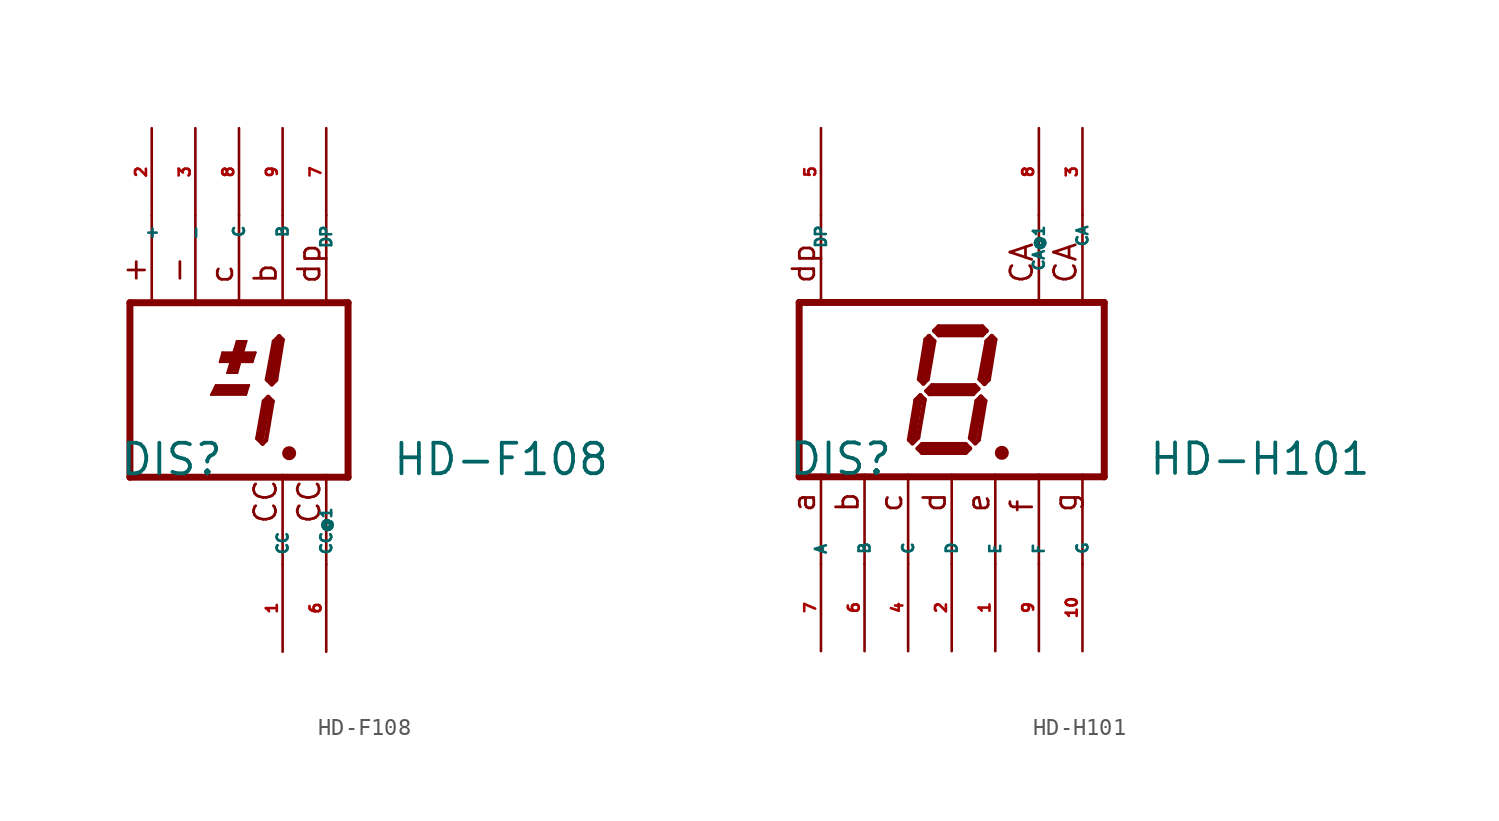
<source format=kicad_sym>
(kicad_symbol_lib
  (version 20220914)
  (generator Eagle2Kicad)
  (symbol "HD-F108"
    (property "Reference" "DIS"
      (at -6.985 -5.08 0)
      (effects (font (size 1.778 1.778) (thickness 0.22)) (justify left bottom)))
    (property "Value" "HD-F108"
      (at 8.89 -5.08 0)
      (effects (font (size 1.778 1.778) (thickness 0.22)) (justify left bottom)))
    (polyline
      (pts (xy 0.584 0.279) (xy 0.406 -0.279))
      (stroke (width 0.127) (type default))
      (fill (type none)))
    (polyline
      (pts (xy 0.584 0.279) (xy -1.346 0.279))
      (stroke (width 0.127) (type default))
      (fill (type none)))
    (polyline
      (pts (xy -1.346 0.279) (xy -1.626 -0.279))
      (stroke (width 0.127) (type default))
      (fill (type none)))
    (polyline
      (pts (xy -1.626 -0.279) (xy 0.406 -0.279))
      (stroke (width 0.127) (type default))
      (fill (type none)))
    (polyline
      (pts (xy 0.965 2.184) (xy 0.787 1.626))
      (stroke (width 0.127) (type default))
      (fill (type none)))
    (polyline
      (pts (xy 0.965 2.184) (xy -0.965 2.184))
      (stroke (width 0.127) (type default))
      (fill (type none)))
    (polyline
      (pts (xy -0.965 2.184) (xy -1.118 1.626))
      (stroke (width 0.127) (type default))
      (fill (type none)))
    (polyline
      (pts (xy -1.118 1.626) (xy 0.787 1.626))
      (stroke (width 0.127) (type default))
      (fill (type none)))
    (polyline
      (pts (xy -0.102 0.991) (xy -0.686 0.991))
      (stroke (width 0.127) (type default))
      (fill (type none)))
    (polyline
      (pts (xy -0.102 0.991) (xy 0.432 2.845))
      (stroke (width 0.127) (type default))
      (fill (type none)))
    (polyline
      (pts (xy 0.432 2.845) (xy -0.127 2.845))
      (stroke (width 0.127) (type default))
      (fill (type none)))
    (polyline
      (pts (xy -0.127 2.845) (xy -0.686 0.991))
      (stroke (width 0.127) (type default))
      (fill (type none)))
    (polyline
      (pts (xy -1.321 0.127) (xy 0.406 0.127))
      (stroke (width 0.305) (type default))
      (fill (type none)))
    (polyline
      (pts (xy -0.889 2.032) (xy 0.787 2.032))
      (stroke (width 0.305) (type default))
      (fill (type none)))
    (polyline
      (pts (xy -0.203 1.143) (xy 0.254 2.718))
      (stroke (width 0.305) (type default))
      (fill (type none)))
    (polyline
      (pts (xy 2.794 -3.683) (xy 3.048 -3.683))
      (stroke (width 0.305) (type default))
      (fill (type none)))
    (polyline
      (pts (xy 2.337 3.124) (xy 2.032 2.819))
      (stroke (width 0.254) (type default))
      (fill (type none)))
    (polyline
      (pts (xy 2.032 2.819) (xy 1.626 0.61))
      (stroke (width 0.254) (type default))
      (fill (type none)))
    (polyline
      (pts (xy 1.626 0.61) (xy 1.905 0.33))
      (stroke (width 0.254) (type default))
      (fill (type none)))
    (polyline
      (pts (xy 1.905 0.33) (xy 2.159 0.584))
      (stroke (width 0.254) (type default))
      (fill (type none)))
    (polyline
      (pts (xy 2.159 0.584) (xy 2.54 2.921))
      (stroke (width 0.254) (type default))
      (fill (type none)))
    (polyline
      (pts (xy 2.54 2.921) (xy 2.337 3.124))
      (stroke (width 0.254) (type default))
      (fill (type none)))
    (polyline
      (pts (xy 1.702 -0.406) (xy 1.448 -0.66))
      (stroke (width 0.254) (type default))
      (fill (type none)))
    (polyline
      (pts (xy 1.448 -0.66) (xy 1.067 -2.819))
      (stroke (width 0.254) (type default))
      (fill (type none)))
    (polyline
      (pts (xy 1.067 -2.819) (xy 1.372 -3.124))
      (stroke (width 0.254) (type default))
      (fill (type none)))
    (polyline
      (pts (xy 1.372 -3.124) (xy 1.575 -2.921))
      (stroke (width 0.254) (type default))
      (fill (type none)))
    (polyline
      (pts (xy 1.575 -2.921) (xy 1.956 -0.66))
      (stroke (width 0.254) (type default))
      (fill (type none)))
    (polyline
      (pts (xy 1.956 -0.66) (xy 1.702 -0.406))
      (stroke (width 0.254) (type default))
      (fill (type none)))
    (polyline
      (pts (xy 2.286 2.794) (xy 1.905 0.635))
      (stroke (width 0.406) (type default))
      (fill (type none)))
    (polyline
      (pts (xy 1.651 -0.762) (xy 1.27 -2.794))
      (stroke (width 0.406) (type default))
      (fill (type none)))
    (polyline
      (pts (xy -6.35 5.08) (xy 6.35 5.08))
      (stroke (width 0.406) (type default))
      (fill (type none)))
    (polyline
      (pts (xy 6.35 -5.08) (xy 6.35 5.08))
      (stroke (width 0.406) (type default))
      (fill (type none)))
    (polyline
      (pts (xy 6.35 -5.08) (xy -6.35 -5.08))
      (stroke (width 0.406) (type default))
      (fill (type none)))
    (polyline
      (pts (xy -6.35 5.08) (xy -6.35 -5.08))
      (stroke (width 0.406) (type default))
      (fill (type none)))
    (polyline
      (pts (xy 5.08 -4.953) (xy 5.08 -10.16))
      (stroke (width 0.152) (type default))
      (fill (type none)))
    (polyline
      (pts (xy 2.54 -4.953) (xy 2.54 -10.16))
      (stroke (width 0.152) (type default))
      (fill (type none)))
    (polyline
      (pts (xy -2.54 10.16) (xy -2.54 4.953))
      (stroke (width 0.152) (type default))
      (fill (type none)))
    (polyline
      (pts (xy -5.08 10.16) (xy -5.08 4.953))
      (stroke (width 0.152) (type default))
      (fill (type none)))
    (polyline
      (pts (xy -0.965 1.778) (xy 0.711 1.778))
      (stroke (width 0.305) (type default))
      (fill (type none)))
    (polyline
      (pts (xy -0.483 1.118) (xy 0 2.718))
      (stroke (width 0.305) (type default))
      (fill (type none)))
    (polyline
      (pts (xy -1.422 -0.127) (xy 0.356 -0.127))
      (stroke (width 0.305) (type default))
      (fill (type none)))
    (polyline
      (pts (xy 0 10.16) (xy 0 4.953))
      (stroke (width 0.152) (type default))
      (fill (type none)))
    (polyline
      (pts (xy 2.54 10.16) (xy 2.54 4.953))
      (stroke (width 0.152) (type default))
      (fill (type none)))
    (polyline
      (pts (xy 5.08 10.16) (xy 5.08 4.953))
      (stroke (width 0.152) (type default))
      (fill (type none)))
    (text "+"
      (at -5.334 6.096 900)
      (effects (font (size 1.27 1.27) (thickness 0.16)) (justify left bottom)))
    (text "-"
      (at -2.794 6.096 900)
      (effects (font (size 1.27 1.27) (thickness 0.16)) (justify left bottom)))
    (text "CC"
      (at 2.286 -7.874 900)
      (effects (font (size 1.27 1.27) (thickness 0.16)) (justify left bottom)))
    (text "CC"
      (at 4.826 -7.874 900)
      (effects (font (size 1.27 1.27) (thickness 0.16)) (justify left bottom)))
    (text "c"
      (at -0.254 6.096 900)
      (effects (font (size 1.27 1.27) (thickness 0.16)) (justify left bottom)))
    (text "b"
      (at 2.286 6.096 900)
      (effects (font (size 1.27 1.27) (thickness 0.16)) (justify left bottom)))
    (text "dp"
      (at 4.826 6.096 900)
      (effects (font (size 1.27 1.27) (thickness 0.16)) (justify left bottom)))
    (circle
      (center 2.921 -3.683)
      (radius 0.254)
      (stroke (width 0.305) (type default))
      (fill (type none)))
    (pin passive line
      (at 2.54 -15.24 90)
      (length 5.08)
      (name "CC" (effects (font (size 0.635 0.635) (thickness 0.08)) (justify left bottom)))
      (number "1" (effects (font (size 0.635 0.635) (thickness 0.08)) (justify left bottom))))
    (pin passive line
      (at -2.54 15.24 270)
      (length 5.08)
      (name "-" (effects (font (size 0.635 0.635) (thickness 0.08)) (justify left bottom)))
      (number "3" (effects (font (size 0.635 0.635) (thickness 0.08)) (justify left bottom))))
    (pin passive line
      (at 5.08 -15.24 90)
      (length 5.08)
      (name "CC@1" (effects (font (size 0.635 0.635) (thickness 0.08)) (justify left bottom)))
      (number "6" (effects (font (size 0.635 0.635) (thickness 0.08)) (justify left bottom))))
    (pin passive line
      (at -5.08 15.24 270)
      (length 5.08)
      (name "+" (effects (font (size 0.635 0.635) (thickness 0.08)) (justify left bottom)))
      (number "2" (effects (font (size 0.635 0.635) (thickness 0.08)) (justify left bottom))))
    (pin passive line
      (at 0 15.24 270)
      (length 5.08)
      (name "C" (effects (font (size 0.635 0.635) (thickness 0.08)) (justify left bottom)))
      (number "8" (effects (font (size 0.635 0.635) (thickness 0.08)) (justify left bottom))))
    (pin passive line
      (at 2.54 15.24 270)
      (length 5.08)
      (name "B" (effects (font (size 0.635 0.635) (thickness 0.08)) (justify left bottom)))
      (number "9" (effects (font (size 0.635 0.635) (thickness 0.08)) (justify left bottom))))
    (pin passive line
      (at 5.08 15.24 270)
      (length 5.08)
      (name "DP" (effects (font (size 0.635 0.635) (thickness 0.08)) (justify left bottom)))
      (number "7" (effects (font (size 0.635 0.635) (thickness 0.08)) (justify left bottom)))))
  (symbol "HD-H101"
    (property "Reference" "DIS"
      (at -9.525 -5.08 0)
      (effects (font (size 1.778 1.778) (thickness 0.22)) (justify left bottom)))
    (property "Value" "HD-H101"
      (at 11.43 -5.08 0)
      (effects (font (size 1.778 1.778) (thickness 0.22)) (justify left bottom)))
    (polyline
      (pts (xy 2.794 -3.683) (xy 3.048 -3.683))
      (stroke (width 0.305) (type default))
      (fill (type none)))
    (polyline
      (pts (xy 2.337 3.124) (xy 2.032 2.819))
      (stroke (width 0.254) (type default))
      (fill (type none)))
    (polyline
      (pts (xy 2.032 2.819) (xy 1.626 0.61))
      (stroke (width 0.254) (type default))
      (fill (type none)))
    (polyline
      (pts (xy 1.626 0.61) (xy 1.905 0.33))
      (stroke (width 0.254) (type default))
      (fill (type none)))
    (polyline
      (pts (xy 1.905 0.33) (xy 2.159 0.584))
      (stroke (width 0.254) (type default))
      (fill (type none)))
    (polyline
      (pts (xy 2.159 0.584) (xy 2.54 2.921))
      (stroke (width 0.254) (type default))
      (fill (type none)))
    (polyline
      (pts (xy 2.54 2.921) (xy 2.337 3.124))
      (stroke (width 0.254) (type default))
      (fill (type none)))
    (polyline
      (pts (xy 2.032 3.429) (xy 1.778 3.175))
      (stroke (width 0.254) (type default))
      (fill (type none)))
    (polyline
      (pts (xy 1.778 3.175) (xy -0.762 3.175))
      (stroke (width 0.254) (type default))
      (fill (type none)))
    (polyline
      (pts (xy -0.762 3.175) (xy -1.016 3.429))
      (stroke (width 0.254) (type default))
      (fill (type none)))
    (polyline
      (pts (xy -1.016 3.429) (xy -0.762 3.683))
      (stroke (width 0.254) (type default))
      (fill (type none)))
    (polyline
      (pts (xy -0.762 3.683) (xy 1.778 3.683))
      (stroke (width 0.254) (type default))
      (fill (type none)))
    (polyline
      (pts (xy 1.778 3.683) (xy 2.032 3.429))
      (stroke (width 0.254) (type default))
      (fill (type none)))
    (polyline
      (pts (xy -1.321 3.124) (xy -1.016 2.819))
      (stroke (width 0.254) (type default))
      (fill (type none)))
    (polyline
      (pts (xy -1.016 2.819) (xy -1.397 0.61))
      (stroke (width 0.254) (type default))
      (fill (type none)))
    (polyline
      (pts (xy -1.397 0.61) (xy -1.651 0.356))
      (stroke (width 0.254) (type default))
      (fill (type none)))
    (polyline
      (pts (xy -1.651 0.356) (xy -1.905 0.61))
      (stroke (width 0.254) (type default))
      (fill (type none)))
    (polyline
      (pts (xy -1.905 0.61) (xy -1.524 2.921))
      (stroke (width 0.254) (type default))
      (fill (type none)))
    (polyline
      (pts (xy -1.524 2.921) (xy -1.321 3.124))
      (stroke (width 0.254) (type default))
      (fill (type none)))
    (polyline
      (pts (xy -1.473 -0.076) (xy -1.143 0.254))
      (stroke (width 0.254) (type default))
      (fill (type none)))
    (polyline
      (pts (xy -1.143 0.254) (xy 1.346 0.254))
      (stroke (width 0.254) (type default))
      (fill (type none)))
    (polyline
      (pts (xy 1.346 0.254) (xy 1.549 0.051))
      (stroke (width 0.254) (type default))
      (fill (type none)))
    (polyline
      (pts (xy 1.549 0.051) (xy 1.245 -0.254))
      (stroke (width 0.254) (type default))
      (fill (type none)))
    (polyline
      (pts (xy 1.245 -0.254) (xy -1.295 -0.254))
      (stroke (width 0.254) (type default))
      (fill (type none)))
    (polyline
      (pts (xy -1.295 -0.254) (xy -1.473 -0.076))
      (stroke (width 0.254) (type default))
      (fill (type none)))
    (polyline
      (pts (xy -1.829 -0.33) (xy -1.575 -0.584))
      (stroke (width 0.254) (type default))
      (fill (type none)))
    (polyline
      (pts (xy -2.286 -3.124) (xy -1.956 -2.794))
      (stroke (width 0.254) (type default))
      (fill (type none)))
    (polyline
      (pts (xy -1.956 -2.794) (xy -1.575 -0.584))
      (stroke (width 0.254) (type default))
      (fill (type none)))
    (polyline
      (pts (xy -1.829 -0.33) (xy -2.108 -0.61))
      (stroke (width 0.254) (type default))
      (fill (type none)))
    (polyline
      (pts (xy -2.108 -0.61) (xy -2.489 -2.921))
      (stroke (width 0.254) (type default))
      (fill (type none)))
    (polyline
      (pts (xy -2.489 -2.921) (xy -2.286 -3.124))
      (stroke (width 0.254) (type default))
      (fill (type none)))
    (polyline
      (pts (xy -1.981 -3.429) (xy -1.727 -3.175))
      (stroke (width 0.254) (type default))
      (fill (type none)))
    (polyline
      (pts (xy -1.727 -3.175) (xy 0.813 -3.175))
      (stroke (width 0.254) (type default))
      (fill (type none)))
    (polyline
      (pts (xy 0.813 -3.175) (xy 1.067 -3.429))
      (stroke (width 0.254) (type default))
      (fill (type none)))
    (polyline
      (pts (xy 1.067 -3.429) (xy 0.813 -3.683))
      (stroke (width 0.254) (type default))
      (fill (type none)))
    (polyline
      (pts (xy 0.813 -3.683) (xy -1.727 -3.683))
      (stroke (width 0.254) (type default))
      (fill (type none)))
    (polyline
      (pts (xy -1.727 -3.683) (xy -1.981 -3.429))
      (stroke (width 0.254) (type default))
      (fill (type none)))
    (polyline
      (pts (xy 1.702 -0.406) (xy 1.448 -0.66))
      (stroke (width 0.254) (type default))
      (fill (type none)))
    (polyline
      (pts (xy 1.448 -0.66) (xy 1.067 -2.819))
      (stroke (width 0.254) (type default))
      (fill (type none)))
    (polyline
      (pts (xy 1.067 -2.819) (xy 1.372 -3.124))
      (stroke (width 0.254) (type default))
      (fill (type none)))
    (polyline
      (pts (xy 1.372 -3.124) (xy 1.575 -2.921))
      (stroke (width 0.254) (type default))
      (fill (type none)))
    (polyline
      (pts (xy 1.575 -2.921) (xy 1.956 -0.66))
      (stroke (width 0.254) (type default))
      (fill (type none)))
    (polyline
      (pts (xy 1.956 -0.66) (xy 1.702 -0.406))
      (stroke (width 0.254) (type default))
      (fill (type none)))
    (polyline
      (pts (xy 2.286 2.794) (xy 1.905 0.635))
      (stroke (width 0.406) (type default))
      (fill (type none)))
    (polyline
      (pts (xy 1.778 3.429) (xy -0.762 3.429))
      (stroke (width 0.406) (type default))
      (fill (type none)))
    (polyline
      (pts (xy -1.27 2.794) (xy -1.651 0.635))
      (stroke (width 0.406) (type default))
      (fill (type none)))
    (polyline
      (pts (xy -1.27 0) (xy 1.27 0))
      (stroke (width 0.406) (type default))
      (fill (type none)))
    (polyline
      (pts (xy 1.651 -0.762) (xy 1.27 -2.794))
      (stroke (width 0.406) (type default))
      (fill (type none)))
    (polyline
      (pts (xy 0.762 -3.429) (xy -1.651 -3.429))
      (stroke (width 0.406) (type default))
      (fill (type none)))
    (polyline
      (pts (xy -2.286 -2.921) (xy -1.905 -0.635))
      (stroke (width 0.406) (type default))
      (fill (type none)))
    (polyline
      (pts (xy -8.89 5.08) (xy 8.89 5.08))
      (stroke (width 0.406) (type default))
      (fill (type none)))
    (polyline
      (pts (xy 8.89 -5.08) (xy 8.89 5.08))
      (stroke (width 0.406) (type default))
      (fill (type none)))
    (polyline
      (pts (xy 8.89 -5.08) (xy -8.89 -5.08))
      (stroke (width 0.406) (type default))
      (fill (type none)))
    (polyline
      (pts (xy -8.89 5.08) (xy -8.89 -5.08))
      (stroke (width 0.406) (type default))
      (fill (type none)))
    (polyline
      (pts (xy 7.62 -4.953) (xy 7.62 -10.16))
      (stroke (width 0.152) (type default))
      (fill (type none)))
    (polyline
      (pts (xy 5.08 -4.953) (xy 5.08 -10.16))
      (stroke (width 0.152) (type default))
      (fill (type none)))
    (polyline
      (pts (xy 0 -4.953) (xy 0 -10.16))
      (stroke (width 0.152) (type default))
      (fill (type none)))
    (polyline
      (pts (xy -5.08 -4.953) (xy -5.08 -10.16))
      (stroke (width 0.152) (type default))
      (fill (type none)))
    (polyline
      (pts (xy -7.62 -4.953) (xy -7.62 -10.16))
      (stroke (width 0.152) (type default))
      (fill (type none)))
    (polyline
      (pts (xy 7.62 10.16) (xy 7.62 4.953))
      (stroke (width 0.152) (type default))
      (fill (type none)))
    (polyline
      (pts (xy -2.54 -4.953) (xy -2.54 -10.16))
      (stroke (width 0.152) (type default))
      (fill (type none)))
    (polyline
      (pts (xy 2.54 -4.953) (xy 2.54 -10.16))
      (stroke (width 0.152) (type default))
      (fill (type none)))
    (polyline
      (pts (xy -7.62 10.16) (xy -7.62 4.953))
      (stroke (width 0.152) (type default))
      (fill (type none)))
    (polyline
      (pts (xy 5.08 10.16) (xy 5.08 4.953))
      (stroke (width 0.152) (type default))
      (fill (type none)))
    (text "CA"
      (at 7.366 6.096 900)
      (effects (font (size 1.27 1.27) (thickness 0.16)) (justify left bottom)))
    (text "CA"
      (at 4.826 6.096 900)
      (effects (font (size 1.27 1.27) (thickness 0.16)) (justify left bottom)))
    (text "a"
      (at -7.874 -7.239 900)
      (effects (font (size 1.27 1.27) (thickness 0.16)) (justify left bottom)))
    (text "b"
      (at -5.334 -7.239 900)
      (effects (font (size 1.27 1.27) (thickness 0.16)) (justify left bottom)))
    (text "c"
      (at -2.794 -7.239 900)
      (effects (font (size 1.27 1.27) (thickness 0.16)) (justify left bottom)))
    (text "d"
      (at -0.254 -7.239 900)
      (effects (font (size 1.27 1.27) (thickness 0.16)) (justify left bottom)))
    (text "e"
      (at 2.286 -7.239 900)
      (effects (font (size 1.27 1.27) (thickness 0.16)) (justify left bottom)))
    (text "f"
      (at 4.826 -7.239 900)
      (effects (font (size 1.27 1.27) (thickness 0.16)) (justify left bottom)))
    (text "g"
      (at 7.366 -7.239 900)
      (effects (font (size 1.27 1.27) (thickness 0.16)) (justify left bottom)))
    (text "dp"
      (at -7.874 6.096 900)
      (effects (font (size 1.27 1.27) (thickness 0.16)) (justify left bottom)))
    (circle
      (center 2.921 -3.683)
      (radius 0.254)
      (stroke (width 0.305) (type default))
      (fill (type none)))
    (pin passive line
      (at -7.62 15.24 270)
      (length 5.08)
      (name "DP" (effects (font (size 0.635 0.635) (thickness 0.08)) (justify left bottom)))
      (number "5" (effects (font (size 0.635 0.635) (thickness 0.08)) (justify left bottom))))
    (pin passive line
      (at 5.08 -15.24 90)
      (length 5.08)
      (name "F" (effects (font (size 0.635 0.635) (thickness 0.08)) (justify left bottom)))
      (number "9" (effects (font (size 0.635 0.635) (thickness 0.08)) (justify left bottom))))
    (pin passive line
      (at 0 -15.24 90)
      (length 5.08)
      (name "D" (effects (font (size 0.635 0.635) (thickness 0.08)) (justify left bottom)))
      (number "2" (effects (font (size 0.635 0.635) (thickness 0.08)) (justify left bottom))))
    (pin passive line
      (at -5.08 -15.24 90)
      (length 5.08)
      (name "B" (effects (font (size 0.635 0.635) (thickness 0.08)) (justify left bottom)))
      (number "6" (effects (font (size 0.635 0.635) (thickness 0.08)) (justify left bottom))))
    (pin passive line
      (at -7.62 -15.24 90)
      (length 5.08)
      (name "A" (effects (font (size 0.635 0.635) (thickness 0.08)) (justify left bottom)))
      (number "7" (effects (font (size 0.635 0.635) (thickness 0.08)) (justify left bottom))))
    (pin passive line
      (at 7.62 15.24 270)
      (length 5.08)
      (name "CA" (effects (font (size 0.635 0.635) (thickness 0.08)) (justify left bottom)))
      (number "3" (effects (font (size 0.635 0.635) (thickness 0.08)) (justify left bottom))))
    (pin passive line
      (at -2.54 -15.24 90)
      (length 5.08)
      (name "C" (effects (font (size 0.635 0.635) (thickness 0.08)) (justify left bottom)))
      (number "4" (effects (font (size 0.635 0.635) (thickness 0.08)) (justify left bottom))))
    (pin passive line
      (at 2.54 -15.24 90)
      (length 5.08)
      (name "E" (effects (font (size 0.635 0.635) (thickness 0.08)) (justify left bottom)))
      (number "1" (effects (font (size 0.635 0.635) (thickness 0.08)) (justify left bottom))))
    (pin passive line
      (at 7.62 -15.24 90)
      (length 5.08)
      (name "G" (effects (font (size 0.635 0.635) (thickness 0.08)) (justify left bottom)))
      (number "10" (effects (font (size 0.635 0.635) (thickness 0.08)) (justify left bottom))))
    (pin passive line
      (at 5.08 15.24 270)
      (length 5.08)
      (name "CA@1" (effects (font (size 0.635 0.635) (thickness 0.08)) (justify left bottom)))
      (number "8" (effects (font (size 0.635 0.635) (thickness 0.08)) (justify left bottom))))))
</source>
